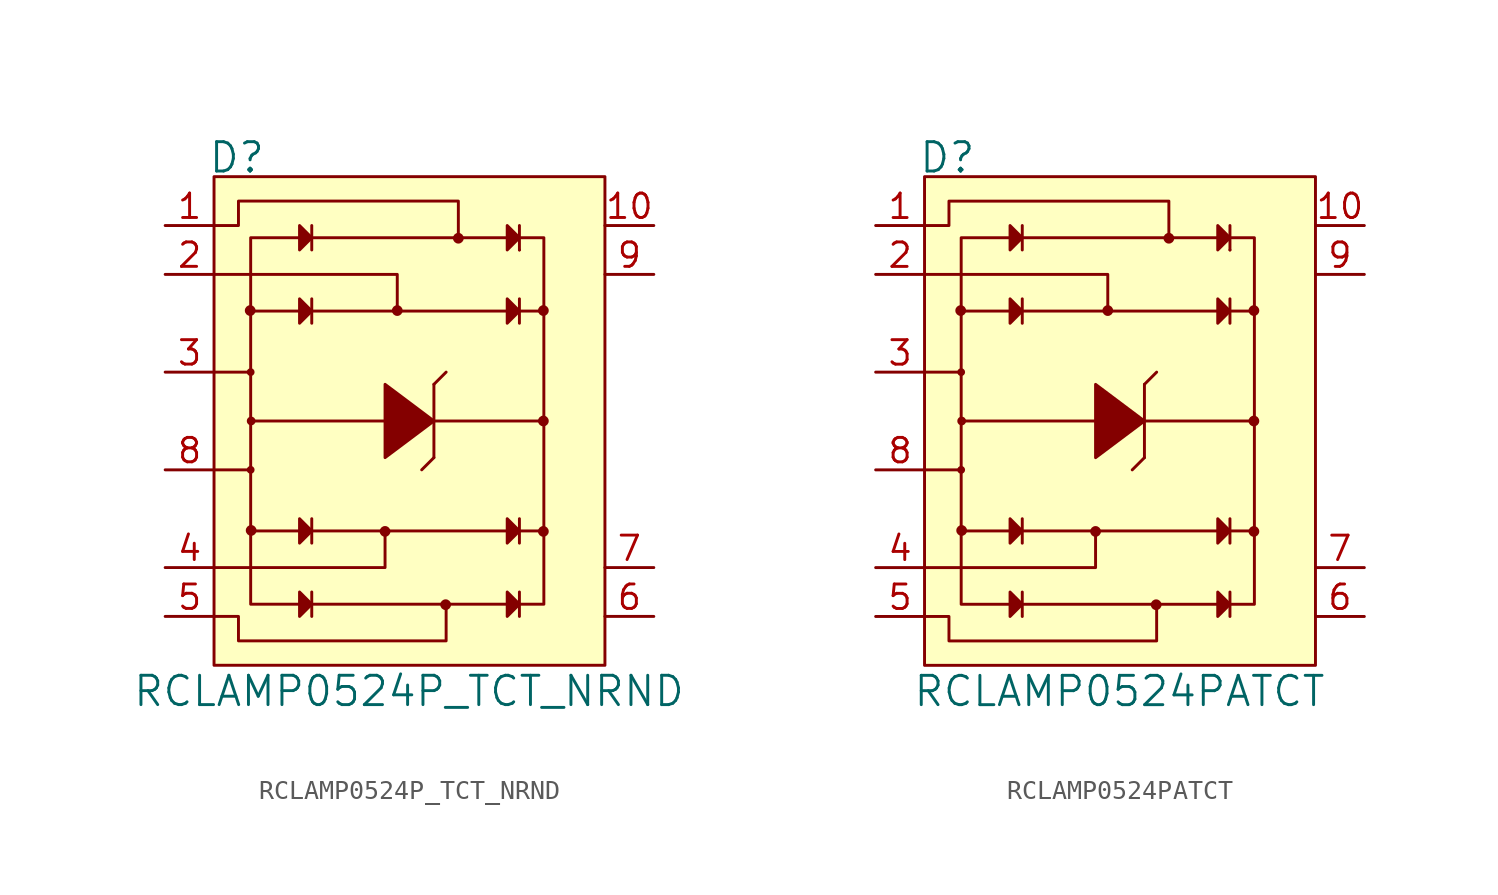
<source format=kicad_sym>
(kicad_symbol_lib
  (version 20220914)
  (generator kicad_symbol_editor)
  (symbol "RCLAMP0524P_TCT_NRND"
    (pin_names
      (offset 1.016))
    (property "Reference" "D"
      (at -10.49 13.691 0)
      (effects (font (size 1.524 1.524)) (justify left)))
    (property "Value" "RCLAMP0524P_TCT_NRND"
      (at -0.025 -14.046 0)
      (effects (font (size 1.524 1.524))))
    (symbol "RCLAMP0524P_TCT_NRND_0_1"
      (rectangle (start -10.16 12.7) (end 10.16 -12.7) (stroke (width 0) (type default)) (fill (type background)))
      (circle (center -8.28 5.74) (radius 0.203) (stroke (width 0) (type default)) (fill (type outline)))
      (circle (center -8.255 -2.54) (radius 0.127) (stroke (width 0) (type default)) (fill (type none)))
      (circle (center -8.255 2.54) (radius 0.127) (stroke (width 0) (type default)) (fill (type none)))
      (circle (center -8.23 -5.69) (radius 0.203) (stroke (width 0) (type default)) (fill (type outline)))
      (circle (center -8.23 0) (radius 0.152) (stroke (width 0) (type default)) (fill (type none)))
      (circle (center -1.27 -5.74) (radius 0.203) (stroke (width 0) (type default)) (fill (type outline)))
      (circle (center -0.635 5.74) (radius 0.203) (stroke (width 0) (type default)) (fill (type outline)))
      (polyline (pts (xy -10.16 -2.54) (xy -8.255 -2.54)) (stroke (width 0) (type default)) (fill (type none)))
      (polyline (pts (xy -10.16 2.54) (xy -8.255 2.54)) (stroke (width 0) (type default)) (fill (type none)))
      (polyline (pts (xy -5.715 -5.715) (xy -8.255 -5.715)) (stroke (width 0) (type default)) (fill (type none)))
      (polyline (pts (xy -5.715 5.715) (xy -8.255 5.715)) (stroke (width 0) (type default)) (fill (type none)))
      (polyline (pts (xy -5.08 -9.525) (xy 5.08 -9.525)) (stroke (width 0) (type default)) (fill (type none)))
      (polyline (pts (xy -5.08 -8.89) (xy -5.08 -10.16)) (stroke (width 0) (type default)) (fill (type none)))
      (polyline (pts (xy -5.08 -5.715) (xy 5.08 -5.715)) (stroke (width 0) (type default)) (fill (type none)))
      (polyline (pts (xy -5.08 -5.08) (xy -5.08 -6.35)) (stroke (width 0) (type default)) (fill (type none)))
      (polyline (pts (xy -5.08 5.715) (xy 5.08 5.715)) (stroke (width 0) (type default)) (fill (type none)))
      (polyline (pts (xy -5.08 6.35) (xy -5.08 5.08)) (stroke (width 0) (type default)) (fill (type none)))
      (polyline (pts (xy -5.08 9.525) (xy 5.08 9.525)) (stroke (width 0) (type default)) (fill (type none)))
      (polyline (pts (xy -5.08 10.16) (xy -5.08 8.89)) (stroke (width 0) (type default)) (fill (type none)))
      (polyline (pts (xy -1.27 0) (xy -8.255 0)) (stroke (width 0) (type default)) (fill (type none)))
      (polyline (pts (xy 1.27 -1.905) (xy 0.635 -2.54)) (stroke (width 0) (type default)) (fill (type none)))
      (polyline (pts (xy 1.27 1.905) (xy 1.27 -1.905)) (stroke (width 0) (type default)) (fill (type none)))
      (polyline (pts (xy 1.27 1.905) (xy 1.905 2.54)) (stroke (width 0) (type default)) (fill (type none)))
      (polyline (pts (xy 5.715 -8.89) (xy 5.715 -10.16)) (stroke (width 0) (type default)) (fill (type none)))
      (polyline (pts (xy 5.715 -5.715) (xy 6.985 -5.715)) (stroke (width 0) (type default)) (fill (type none)))
      (polyline (pts (xy 5.715 -5.08) (xy 5.715 -6.35)) (stroke (width 0) (type default)) (fill (type none)))
      (polyline (pts (xy 5.715 5.715) (xy 6.985 5.715)) (stroke (width 0) (type default)) (fill (type none)))
      (polyline (pts (xy 5.715 6.35) (xy 5.715 5.08)) (stroke (width 0) (type default)) (fill (type none)))
      (polyline (pts (xy 5.715 8.89) (xy 5.715 8.89)) (stroke (width 0) (type default)) (fill (type none)))
      (polyline (pts (xy 5.715 10.16) (xy 5.715 8.89)) (stroke (width 0) (type default)) (fill (type none)))
      (polyline (pts (xy 6.985 0) (xy 1.27 0)) (stroke (width 0) (type default)) (fill (type none)))
      (polyline (pts (xy 6.985 5.715) (xy 6.985 5.715)) (stroke (width 0) (type default)) (fill (type none)))
      (polyline (pts (xy -10.16 -7.62) (xy -1.27 -7.62) (xy -1.27 -5.715)) (stroke (width 0) (type default)) (fill (type none)))
      (polyline (pts (xy -10.16 7.62) (xy -0.635 7.62) (xy -0.635 5.715)) (stroke (width 0) (type default)) (fill (type none)))
      (polyline (pts (xy -5.715 -9.525) (xy -8.255 -9.525) (xy -8.255 9.525) (xy -5.715 9.525)) (stroke (width 0) (type default)) (fill (type none)))
      (polyline (pts (xy -5.715 -8.89) (xy -5.715 -10.16) (xy -5.08 -9.525) (xy -5.715 -8.89)) (stroke (width 0) (type default)) (fill (type outline)))
      (polyline (pts (xy -5.715 -5.08) (xy -5.715 -6.35) (xy -5.08 -5.715) (xy -5.715 -5.08)) (stroke (width 0) (type default)) (fill (type outline)))
      (polyline (pts (xy -5.715 6.35) (xy -5.715 5.08) (xy -5.08 5.715) (xy -5.715 6.35)) (stroke (width 0) (type default)) (fill (type outline)))
      (polyline (pts (xy -5.715 10.16) (xy -5.715 8.89) (xy -5.08 9.525) (xy -5.715 10.16)) (stroke (width 0) (type default)) (fill (type outline)))
      (polyline (pts (xy -1.27 1.905) (xy -1.27 -1.905) (xy 1.27 0) (xy -1.27 1.905)) (stroke (width 0) (type default)) (fill (type outline)))
      (polyline (pts (xy 5.08 -8.89) (xy 5.08 -10.16) (xy 5.715 -9.525) (xy 5.08 -8.89)) (stroke (width 0) (type default)) (fill (type outline)))
      (polyline (pts (xy 5.08 -5.08) (xy 5.08 -6.35) (xy 5.715 -5.715) (xy 5.08 -5.08)) (stroke (width 0) (type default)) (fill (type outline)))
      (polyline (pts (xy 5.08 6.35) (xy 5.08 5.08) (xy 5.715 5.715) (xy 5.08 6.35)) (stroke (width 0) (type default)) (fill (type outline)))
      (polyline (pts (xy 5.08 10.16) (xy 5.08 8.89) (xy 5.715 9.525) (xy 5.08 10.16)) (stroke (width 0) (type default)) (fill (type outline)))
      (polyline (pts (xy 5.715 9.525) (xy 6.985 9.525) (xy 6.985 -9.525) (xy 5.715 -9.525)) (stroke (width 0) (type default)) (fill (type none)))
      (polyline (pts (xy 1.905 -9.525) (xy 1.905 -11.43) (xy -8.89 -11.43) (xy -8.89 -10.16) (xy -10.16 -10.16)) (stroke (width 0) (type default)) (fill (type none)))
      (polyline (pts (xy 2.54 9.525) (xy 2.54 11.43) (xy -8.89 11.43) (xy -8.89 10.16) (xy -10.16 10.16)) (stroke (width 0) (type default)) (fill (type none)))
      (circle (center 1.88 -9.55) (radius 0.203) (stroke (width 0) (type default)) (fill (type outline)))
      (circle (center 2.54 9.5) (radius 0.203) (stroke (width 0) (type default)) (fill (type outline)))
      (circle (center 6.96 -5.74) (radius 0.203) (stroke (width 0) (type default)) (fill (type outline)))
      (circle (center 6.96 0) (radius 0.203) (stroke (width 0) (type default)) (fill (type outline)))
      (circle (center 6.96 5.74) (radius 0.203) (stroke (width 0) (type default)) (fill (type outline))))
    (symbol "RCLAMP0524P_TCT_NRND_1_1"
      (pin input line (at -12.7 10.16 0) (length 2.54) (name "~" (effects (font (size 1.27 1.27)))) (number "1" (effects (font (size 1.27 1.27)))))
      (pin output line (at 12.7 10.16 180) (length 2.54) (name "~" (effects (font (size 1.27 1.27)))) (number "10" (effects (font (size 1.27 1.27)))))
      (pin input line (at -12.7 7.62 0) (length 2.54) (name "~" (effects (font (size 1.27 1.27)))) (number "2" (effects (font (size 1.27 1.27)))))
      (pin power_in line (at -12.7 2.54 0) (length 2.54) (name "~" (effects (font (size 1.27 1.27)))) (number "3" (effects (font (size 1.27 1.27)))))
      (pin input line (at -12.7 -7.62 0) (length 2.54) (name "~" (effects (font (size 1.27 1.27)))) (number "4" (effects (font (size 1.27 1.27)))))
      (pin input line (at -12.7 -10.16 0) (length 2.54) (name "~" (effects (font (size 1.27 1.27)))) (number "5" (effects (font (size 1.27 1.27)))))
      (pin output line (at 12.7 -10.16 180) (length 2.54) (name "~" (effects (font (size 1.27 1.27)))) (number "6" (effects (font (size 1.27 1.27)))))
      (pin output line (at 12.7 -7.62 180) (length 2.54) (name "~" (effects (font (size 1.27 1.27)))) (number "7" (effects (font (size 1.27 1.27)))))
      (pin power_in line (at -12.7 -2.54 0) (length 2.54) (name "~" (effects (font (size 1.27 1.27)))) (number "8" (effects (font (size 1.27 1.27)))))
      (pin output line (at 12.7 7.62 180) (length 2.54) (name "~" (effects (font (size 1.27 1.27)))) (number "9" (effects (font (size 1.27 1.27)))))))
  (symbol "RCLAMP0524PATCT"
    (pin_names
      (offset 1.016))
    (property "Reference" "D"
      (at -10.49 13.691 0)
      (effects (font (size 1.524 1.524)) (justify left)))
    (property "Value" "RCLAMP0524PATCT"
      (at -0.025 -14.046 0)
      (effects (font (size 1.524 1.524))))
    (symbol "RCLAMP0524PATCT_0_1"
      (rectangle (start -10.16 12.7) (end 10.16 -12.7) (stroke (width 0) (type default)) (fill (type background)))
      (circle (center -8.28 5.74) (radius 0.203) (stroke (width 0) (type default)) (fill (type outline)))
      (circle (center -8.255 -2.54) (radius 0.127) (stroke (width 0) (type default)) (fill (type none)))
      (circle (center -8.255 2.54) (radius 0.127) (stroke (width 0) (type default)) (fill (type none)))
      (circle (center -8.23 -5.69) (radius 0.203) (stroke (width 0) (type default)) (fill (type outline)))
      (circle (center -8.23 0) (radius 0.152) (stroke (width 0) (type default)) (fill (type none)))
      (circle (center -1.27 -5.74) (radius 0.203) (stroke (width 0) (type default)) (fill (type outline)))
      (circle (center -0.635 5.74) (radius 0.203) (stroke (width 0) (type default)) (fill (type outline)))
      (polyline (pts (xy -10.16 -2.54) (xy -8.255 -2.54)) (stroke (width 0) (type default)) (fill (type none)))
      (polyline (pts (xy -10.16 2.54) (xy -8.255 2.54)) (stroke (width 0) (type default)) (fill (type none)))
      (polyline (pts (xy -5.715 -5.715) (xy -8.255 -5.715)) (stroke (width 0) (type default)) (fill (type none)))
      (polyline (pts (xy -5.715 5.715) (xy -8.255 5.715)) (stroke (width 0) (type default)) (fill (type none)))
      (polyline (pts (xy -5.08 -9.525) (xy 5.08 -9.525)) (stroke (width 0) (type default)) (fill (type none)))
      (polyline (pts (xy -5.08 -8.89) (xy -5.08 -10.16)) (stroke (width 0) (type default)) (fill (type none)))
      (polyline (pts (xy -5.08 -5.715) (xy 5.08 -5.715)) (stroke (width 0) (type default)) (fill (type none)))
      (polyline (pts (xy -5.08 -5.08) (xy -5.08 -6.35)) (stroke (width 0) (type default)) (fill (type none)))
      (polyline (pts (xy -5.08 5.715) (xy 5.08 5.715)) (stroke (width 0) (type default)) (fill (type none)))
      (polyline (pts (xy -5.08 6.35) (xy -5.08 5.08)) (stroke (width 0) (type default)) (fill (type none)))
      (polyline (pts (xy -5.08 9.525) (xy 5.08 9.525)) (stroke (width 0) (type default)) (fill (type none)))
      (polyline (pts (xy -5.08 10.16) (xy -5.08 8.89)) (stroke (width 0) (type default)) (fill (type none)))
      (polyline (pts (xy -1.27 0) (xy -8.255 0)) (stroke (width 0) (type default)) (fill (type none)))
      (polyline (pts (xy 1.27 -1.905) (xy 0.635 -2.54)) (stroke (width 0) (type default)) (fill (type none)))
      (polyline (pts (xy 1.27 1.905) (xy 1.27 -1.905)) (stroke (width 0) (type default)) (fill (type none)))
      (polyline (pts (xy 1.27 1.905) (xy 1.905 2.54)) (stroke (width 0) (type default)) (fill (type none)))
      (polyline (pts (xy 5.715 -8.89) (xy 5.715 -10.16)) (stroke (width 0) (type default)) (fill (type none)))
      (polyline (pts (xy 5.715 -5.715) (xy 6.985 -5.715)) (stroke (width 0) (type default)) (fill (type none)))
      (polyline (pts (xy 5.715 -5.08) (xy 5.715 -6.35)) (stroke (width 0) (type default)) (fill (type none)))
      (polyline (pts (xy 5.715 5.715) (xy 6.985 5.715)) (stroke (width 0) (type default)) (fill (type none)))
      (polyline (pts (xy 5.715 6.35) (xy 5.715 5.08)) (stroke (width 0) (type default)) (fill (type none)))
      (polyline (pts (xy 5.715 8.89) (xy 5.715 8.89)) (stroke (width 0) (type default)) (fill (type none)))
      (polyline (pts (xy 5.715 10.16) (xy 5.715 8.89)) (stroke (width 0) (type default)) (fill (type none)))
      (polyline (pts (xy 6.985 0) (xy 1.27 0)) (stroke (width 0) (type default)) (fill (type none)))
      (polyline (pts (xy 6.985 5.715) (xy 6.985 5.715)) (stroke (width 0) (type default)) (fill (type none)))
      (polyline (pts (xy -10.16 -7.62) (xy -1.27 -7.62) (xy -1.27 -5.715)) (stroke (width 0) (type default)) (fill (type none)))
      (polyline (pts (xy -10.16 7.62) (xy -0.635 7.62) (xy -0.635 5.715)) (stroke (width 0) (type default)) (fill (type none)))
      (polyline (pts (xy -5.715 -9.525) (xy -8.255 -9.525) (xy -8.255 9.525) (xy -5.715 9.525)) (stroke (width 0) (type default)) (fill (type none)))
      (polyline (pts (xy -5.715 -8.89) (xy -5.715 -10.16) (xy -5.08 -9.525) (xy -5.715 -8.89)) (stroke (width 0) (type default)) (fill (type outline)))
      (polyline (pts (xy -5.715 -5.08) (xy -5.715 -6.35) (xy -5.08 -5.715) (xy -5.715 -5.08)) (stroke (width 0) (type default)) (fill (type outline)))
      (polyline (pts (xy -5.715 6.35) (xy -5.715 5.08) (xy -5.08 5.715) (xy -5.715 6.35)) (stroke (width 0) (type default)) (fill (type outline)))
      (polyline (pts (xy -5.715 10.16) (xy -5.715 8.89) (xy -5.08 9.525) (xy -5.715 10.16)) (stroke (width 0) (type default)) (fill (type outline)))
      (polyline (pts (xy -1.27 1.905) (xy -1.27 -1.905) (xy 1.27 0) (xy -1.27 1.905)) (stroke (width 0) (type default)) (fill (type outline)))
      (polyline (pts (xy 5.08 -8.89) (xy 5.08 -10.16) (xy 5.715 -9.525) (xy 5.08 -8.89)) (stroke (width 0) (type default)) (fill (type outline)))
      (polyline (pts (xy 5.08 -5.08) (xy 5.08 -6.35) (xy 5.715 -5.715) (xy 5.08 -5.08)) (stroke (width 0) (type default)) (fill (type outline)))
      (polyline (pts (xy 5.08 6.35) (xy 5.08 5.08) (xy 5.715 5.715) (xy 5.08 6.35)) (stroke (width 0) (type default)) (fill (type outline)))
      (polyline (pts (xy 5.08 10.16) (xy 5.08 8.89) (xy 5.715 9.525) (xy 5.08 10.16)) (stroke (width 0) (type default)) (fill (type outline)))
      (polyline (pts (xy 5.715 9.525) (xy 6.985 9.525) (xy 6.985 -9.525) (xy 5.715 -9.525)) (stroke (width 0) (type default)) (fill (type none)))
      (polyline (pts (xy 1.905 -9.525) (xy 1.905 -11.43) (xy -8.89 -11.43) (xy -8.89 -10.16) (xy -10.16 -10.16)) (stroke (width 0) (type default)) (fill (type none)))
      (polyline (pts (xy 2.54 9.525) (xy 2.54 11.43) (xy -8.89 11.43) (xy -8.89 10.16) (xy -10.16 10.16)) (stroke (width 0) (type default)) (fill (type none)))
      (circle (center 1.88 -9.55) (radius 0.203) (stroke (width 0) (type default)) (fill (type outline)))
      (circle (center 2.54 9.5) (radius 0.203) (stroke (width 0) (type default)) (fill (type outline)))
      (circle (center 6.96 -5.74) (radius 0.203) (stroke (width 0) (type default)) (fill (type outline)))
      (circle (center 6.96 0) (radius 0.203) (stroke (width 0) (type default)) (fill (type outline)))
      (circle (center 6.96 5.74) (radius 0.203) (stroke (width 0) (type default)) (fill (type outline))))
    (symbol "RCLAMP0524PATCT_1_1"
      (pin input line (at -12.7 10.16 0) (length 2.54) (name "~" (effects (font (size 1.27 1.27)))) (number "1" (effects (font (size 1.27 1.27)))))
      (pin output line (at 12.7 10.16 180) (length 2.54) (name "~" (effects (font (size 1.27 1.27)))) (number "10" (effects (font (size 1.27 1.27)))))
      (pin input line (at -12.7 7.62 0) (length 2.54) (name "~" (effects (font (size 1.27 1.27)))) (number "2" (effects (font (size 1.27 1.27)))))
      (pin power_in line (at -12.7 2.54 0) (length 2.54) (name "~" (effects (font (size 1.27 1.27)))) (number "3" (effects (font (size 1.27 1.27)))))
      (pin input line (at -12.7 -7.62 0) (length 2.54) (name "~" (effects (font (size 1.27 1.27)))) (number "4" (effects (font (size 1.27 1.27)))))
      (pin input line (at -12.7 -10.16 0) (length 2.54) (name "~" (effects (font (size 1.27 1.27)))) (number "5" (effects (font (size 1.27 1.27)))))
      (pin output line (at 12.7 -10.16 180) (length 2.54) (name "~" (effects (font (size 1.27 1.27)))) (number "6" (effects (font (size 1.27 1.27)))))
      (pin output line (at 12.7 -7.62 180) (length 2.54) (name "~" (effects (font (size 1.27 1.27)))) (number "7" (effects (font (size 1.27 1.27)))))
      (pin power_in line (at -12.7 -2.54 0) (length 2.54) (name "~" (effects (font (size 1.27 1.27)))) (number "8" (effects (font (size 1.27 1.27)))))
      (pin output line (at 12.7 7.62 180) (length 2.54) (name "~" (effects (font (size 1.27 1.27)))) (number "9" (effects (font (size 1.27 1.27))))))))
</source>
